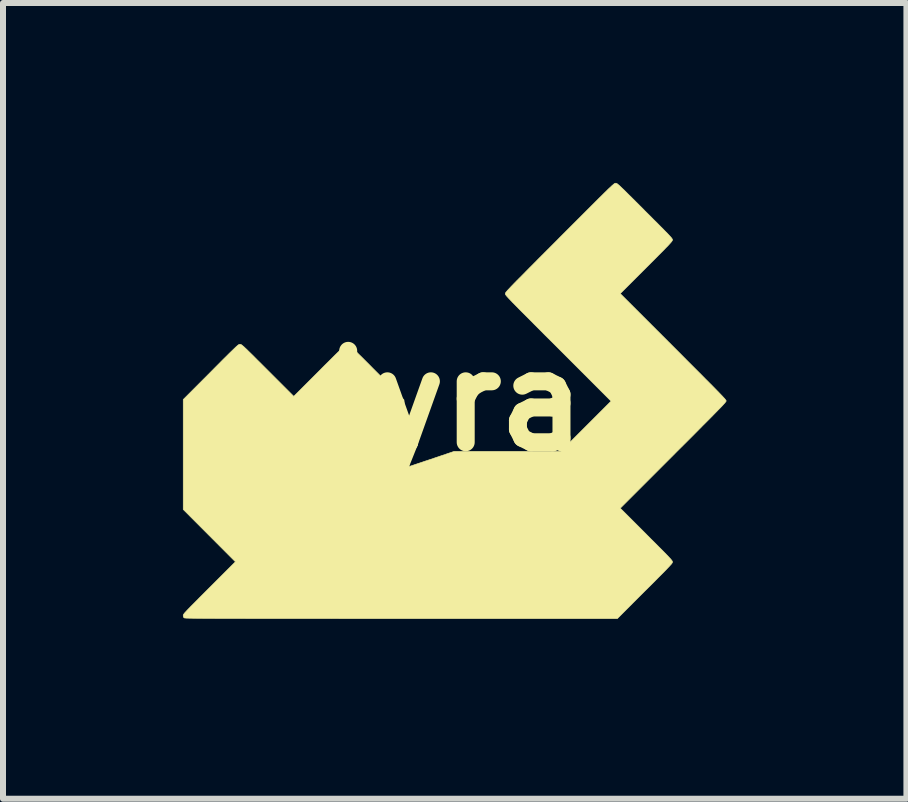
<source format=kicad_pcb>
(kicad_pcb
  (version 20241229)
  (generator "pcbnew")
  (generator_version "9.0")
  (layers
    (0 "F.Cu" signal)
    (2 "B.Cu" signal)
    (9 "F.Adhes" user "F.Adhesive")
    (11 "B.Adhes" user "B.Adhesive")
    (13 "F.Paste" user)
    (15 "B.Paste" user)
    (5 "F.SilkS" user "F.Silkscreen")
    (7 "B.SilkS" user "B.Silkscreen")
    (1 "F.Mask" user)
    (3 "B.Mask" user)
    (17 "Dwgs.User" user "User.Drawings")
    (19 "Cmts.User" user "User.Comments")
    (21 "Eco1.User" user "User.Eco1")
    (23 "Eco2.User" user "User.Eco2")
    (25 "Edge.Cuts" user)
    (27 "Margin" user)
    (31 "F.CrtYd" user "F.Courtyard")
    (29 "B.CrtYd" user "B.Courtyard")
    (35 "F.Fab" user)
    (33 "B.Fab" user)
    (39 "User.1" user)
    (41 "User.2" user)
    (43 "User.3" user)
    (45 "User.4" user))
  (footprint "lyra"
    (layer "F.Cu")
    (at 4.533 3.634)
    (property "Reference" "lyra" (at 0 0 0) (layer "F.SilkS") (effects (font (size 1.524 1.524) (thickness 0.3))))
    (attr through_hole)
    (fp_poly (pts (xy 2.687 -3.629) (xy 2.692 -3.628) (xy 2.698 -3.625) (xy 2.706 -3.621) (xy 2.716 -3.614) (xy 2.728 -3.603) (xy 2.745 -3.589) (xy 2.765 -3.57) (xy 2.79 -3.546) (xy 2.821 -3.517) (xy 2.858 -3.48) (xy 2.901 -3.437) (xy 2.953 -3.386) (xy 3.012 -3.327) (xy 3.08 -3.259) (xy 3.158 -3.181) (xy 3.169 -3.169) (xy 3.249 -3.09) (xy 3.318 -3.02) (xy 3.379 -2.96) (xy 3.431 -2.907) (xy 3.476 -2.862) (xy 3.513 -2.824) (xy 3.544 -2.793) (xy 3.568 -2.767) (xy 3.588 -2.745) (xy 3.603 -2.729) (xy 3.613 -2.716) (xy 3.621 -2.706) (xy 3.625 -2.698) (xy 3.628 -2.692) (xy 3.629 -2.687) (xy 3.629 -2.685) (xy 3.628 -2.68) (xy 3.626 -2.675) (xy 3.622 -2.667) (xy 3.616 -2.658) (xy 3.606 -2.646) (xy 3.592 -2.63) (xy 3.574 -2.61) (xy 3.551 -2.585) (xy 3.521 -2.555) (xy 3.486 -2.518) (xy 3.443 -2.475) (xy 3.392 -2.424) (xy 3.333 -2.364) (xy 3.265 -2.296) (xy 3.193 -2.224) (xy 2.758 -1.789) (xy 3.641 -0.906) (xy 3.753 -0.794) (xy 3.855 -0.691) (xy 3.948 -0.598) (xy 4.032 -0.514) (xy 4.108 -0.438) (xy 4.175 -0.37) (xy 4.235 -0.31) (xy 4.288 -0.257) (xy 4.334 -0.21) (xy 4.374 -0.169) (xy 4.408 -0.134) (xy 4.436 -0.105) (xy 4.46 -0.08) (xy 4.479 -0.059) (xy 4.494 -0.043) (xy 4.505 -0.03) (xy 4.513 -0.019) (xy 4.519 -0.011) (xy 4.522 -0.006) (xy 4.523 -0.002) (xy 4.524 0) (xy 4.523 0.004) (xy 4.521 0.009) (xy 4.516 0.015) (xy 4.509 0.024) (xy 4.5 0.036) (xy 4.486 0.051) (xy 4.469 0.07) (xy 4.448 0.093) (xy 4.422 0.12) (xy 4.39 0.152) (xy 4.353 0.19) (xy 4.31 0.234) (xy 4.261 0.284) (xy 4.204 0.341) (xy 4.14 0.405) (xy 4.069 0.477) (xy 3.989 0.558) (xy 3.9 0.647) (xy 3.802 0.745) (xy 3.694 0.852) (xy 3.641 0.906) (xy 2.758 1.789) (xy 3.193 2.224) (xy 3.27 2.302) (xy 3.338 2.369) (xy 3.396 2.428) (xy 3.446 2.478) (xy 3.489 2.521) (xy 3.524 2.557) (xy 3.553 2.587) (xy 3.576 2.612) (xy 3.594 2.631) (xy 3.607 2.647) (xy 3.617 2.659) (xy 3.623 2.668) (xy 3.626 2.675) (xy 3.628 2.681) (xy 3.629 2.685) (xy 3.628 2.69) (xy 3.626 2.696) (xy 3.623 2.703) (xy 3.616 2.712) (xy 3.607 2.724) (xy 3.593 2.739) (xy 3.575 2.759) (xy 3.552 2.783) (xy 3.524 2.813) (xy 3.489 2.849) (xy 3.447 2.891) (xy 3.397 2.941) (xy 3.34 2.999) (xy 3.273 3.066) (xy 3.197 3.142) (xy 3.169 3.169) (xy 2.71 3.629) (xy -0.893 3.629) (xy -1.168 3.629) (xy -1.428 3.629) (xy -1.675 3.629) (xy -1.908 3.629) (xy -2.128 3.628) (xy -2.336 3.628) (xy -2.531 3.628) (xy -2.715 3.628) (xy -2.887 3.628) (xy -3.047 3.628) (xy -3.197 3.628) (xy -3.337 3.628) (xy -3.466 3.628) (xy -3.586 3.627) (xy -3.696 3.627) (xy -3.797 3.627) (xy -3.89 3.627) (xy -3.975 3.627) (xy -4.051 3.626) (xy -4.12 3.626) (xy -4.183 3.626) (xy -4.238 3.625) (xy -4.287 3.625) (xy -4.33 3.624) (xy -4.367 3.624) (xy -4.399 3.623) (xy -4.427 3.623) (xy -4.449 3.622) (xy -4.468 3.622) (xy -4.483 3.621) (xy -4.494 3.62) (xy -4.502 3.619) (xy -4.508 3.619) (xy -4.511 3.618) (xy -4.512 3.617) (xy -4.525 3.603) (xy -4.528 3.58) (xy -4.528 3.579) (xy -4.528 3.574) (xy -4.527 3.569) (xy -4.524 3.562) (xy -4.518 3.553) (xy -4.51 3.542) (xy -4.498 3.528) (xy -4.481 3.51) (xy -4.46 3.487) (xy -4.433 3.459) (xy -4.4 3.425) (xy -4.36 3.385) (xy -4.312 3.337) (xy -4.257 3.281) (xy -4.192 3.216) (xy -4.119 3.143) (xy -4.093 3.117) (xy -3.658 2.682) (xy -4.093 2.246) (xy -4.528 1.81) (xy -4.528 -0.023) (xy -4.069 -0.483) (xy -3.99 -0.563) (xy -3.921 -0.632) (xy -3.861 -0.693) (xy -3.808 -0.745) (xy -3.764 -0.789) (xy -3.726 -0.826) (xy -3.694 -0.857) (xy -3.668 -0.882) (xy -3.647 -0.902) (xy -3.631 -0.916) (xy -3.618 -0.927) (xy -3.607 -0.935) (xy -3.6 -0.94) (xy -3.593 -0.942) (xy -3.588 -0.943) (xy -3.583 -0.944) (xy -3.582 -0.944) (xy -3.576 -0.943) (xy -3.571 -0.942) (xy -3.564 -0.94) (xy -3.557 -0.935) (xy -3.547 -0.928) (xy -3.534 -0.917) (xy -3.517 -0.903) (xy -3.496 -0.883) (xy -3.47 -0.859) (xy -3.439 -0.828) (xy -3.401 -0.791) (xy -3.356 -0.747) (xy -3.304 -0.694) (xy -3.242 -0.633) (xy -3.172 -0.563) (xy -3.119 -0.51) (xy -2.685 -0.076) (xy -2.251 -0.51) (xy -2.175 -0.587) (xy -2.107 -0.654) (xy -2.049 -0.712) (xy -1.999 -0.762) (xy -1.956 -0.804) (xy -1.92 -0.839) (xy -1.891 -0.868) (xy -1.866 -0.891) (xy -1.847 -0.908) (xy -1.832 -0.922) (xy -1.82 -0.931) (xy -1.811 -0.937) (xy -1.803 -0.941) (xy -1.798 -0.943) (xy -1.792 -0.943) (xy -1.791 -0.943) (xy -1.786 -0.943) (xy -1.781 -0.942) (xy -1.774 -0.939) (xy -1.766 -0.933) (xy -1.755 -0.925) (xy -1.741 -0.913) (xy -1.723 -0.897) (xy -1.701 -0.876) (xy -1.673 -0.849) (xy -1.64 -0.817) (xy -1.6 -0.777) (xy -1.553 -0.731) (xy -1.498 -0.676) (xy -1.435 -0.613) (xy -1.363 -0.54) (xy -1.309 -0.486) (xy -1.241 -0.418) (xy -1.176 -0.353) (xy -1.115 -0.291) (xy -1.059 -0.234) (xy -1.007 -0.181) (xy -0.962 -0.135) (xy -0.923 -0.095) (xy -0.891 -0.062) (xy -0.868 -0.038) (xy -0.853 -0.022) (xy -0.848 -0.016) (xy -0.847 -0.007) (xy -0.846 0.016) (xy -0.846 0.05) (xy -0.845 0.096) (xy -0.844 0.152) (xy -0.844 0.216) (xy -0.843 0.289) (xy -0.843 0.367) (xy -0.843 0.452) (xy -0.842 0.54) (xy -0.842 0.557) (xy -0.842 0.646) (xy -0.842 0.73) (xy -0.841 0.809) (xy -0.841 0.882) (xy -0.84 0.947) (xy -0.84 1.003) (xy -0.839 1.049) (xy -0.838 1.084) (xy -0.837 1.107) (xy -0.836 1.117) (xy -0.836 1.118) (xy -0.828 1.115) (xy -0.808 1.109) (xy -0.776 1.098) (xy -0.734 1.085) (xy -0.684 1.068) (xy -0.625 1.048) (xy -0.561 1.027) (xy -0.491 1.003) (xy -0.421 0.98) (xy -0.013 0.842) (xy 1.767 0.842) (xy 2.186 0.423) (xy 2.605 0.004) (xy 1.724 -0.878) (xy 1.612 -0.99) (xy 1.51 -1.091) (xy 1.418 -1.184) (xy 1.335 -1.267) (xy 1.26 -1.343) (xy 1.193 -1.41) (xy 1.133 -1.47) (xy 1.081 -1.522) (xy 1.035 -1.569) (xy 0.996 -1.609) (xy 0.962 -1.643) (xy 0.934 -1.673) (xy 0.91 -1.698) (xy 0.891 -1.718) (xy 0.876 -1.735) (xy 0.864 -1.748) (xy 0.855 -1.759) (xy 0.849 -1.768) (xy 0.845 -1.774) (xy 0.843 -1.779) (xy 0.842 -1.783) (xy 0.842 -1.787) (xy 0.842 -1.787) (xy 0.842 -1.791) (xy 0.843 -1.795) (xy 0.845 -1.8) (xy 0.849 -1.806) (xy 0.855 -1.815) (xy 0.864 -1.825) (xy 0.875 -1.839) (xy 0.89 -1.855) (xy 0.909 -1.875) (xy 0.932 -1.9) (xy 0.96 -1.929) (xy 0.993 -1.963) (xy 1.032 -2.003) (xy 1.077 -2.048) (xy 1.129 -2.1) (xy 1.187 -2.159) (xy 1.253 -2.226) (xy 1.327 -2.3) (xy 1.409 -2.383) (xy 1.5 -2.474) (xy 1.6 -2.574) (xy 1.71 -2.684) (xy 1.747 -2.722) (xy 1.86 -2.835) (xy 1.963 -2.938) (xy 2.057 -3.032) (xy 2.142 -3.117) (xy 2.219 -3.194) (xy 2.287 -3.262) (xy 2.348 -3.323) (xy 2.402 -3.377) (xy 2.45 -3.424) (xy 2.491 -3.465) (xy 2.527 -3.5) (xy 2.557 -3.53) (xy 2.583 -3.554) (xy 2.605 -3.574) (xy 2.622 -3.591) (xy 2.637 -3.603) (xy 2.648 -3.613) (xy 2.657 -3.62) (xy 2.664 -3.624) (xy 2.67 -3.627) (xy 2.674 -3.628) (xy 2.678 -3.629) (xy 2.681 -3.629) (xy 2.687 -3.629)) (stroke (width 0.01) (type solid)) (fill yes) (layer "F.SilkS")))
  (gr_rect
    (start -3 -3)
    (end 12.062 10.267)
    (stroke (width 0.1) (type default))
    (fill no)
    (layer "Edge.Cuts")))
</source>
